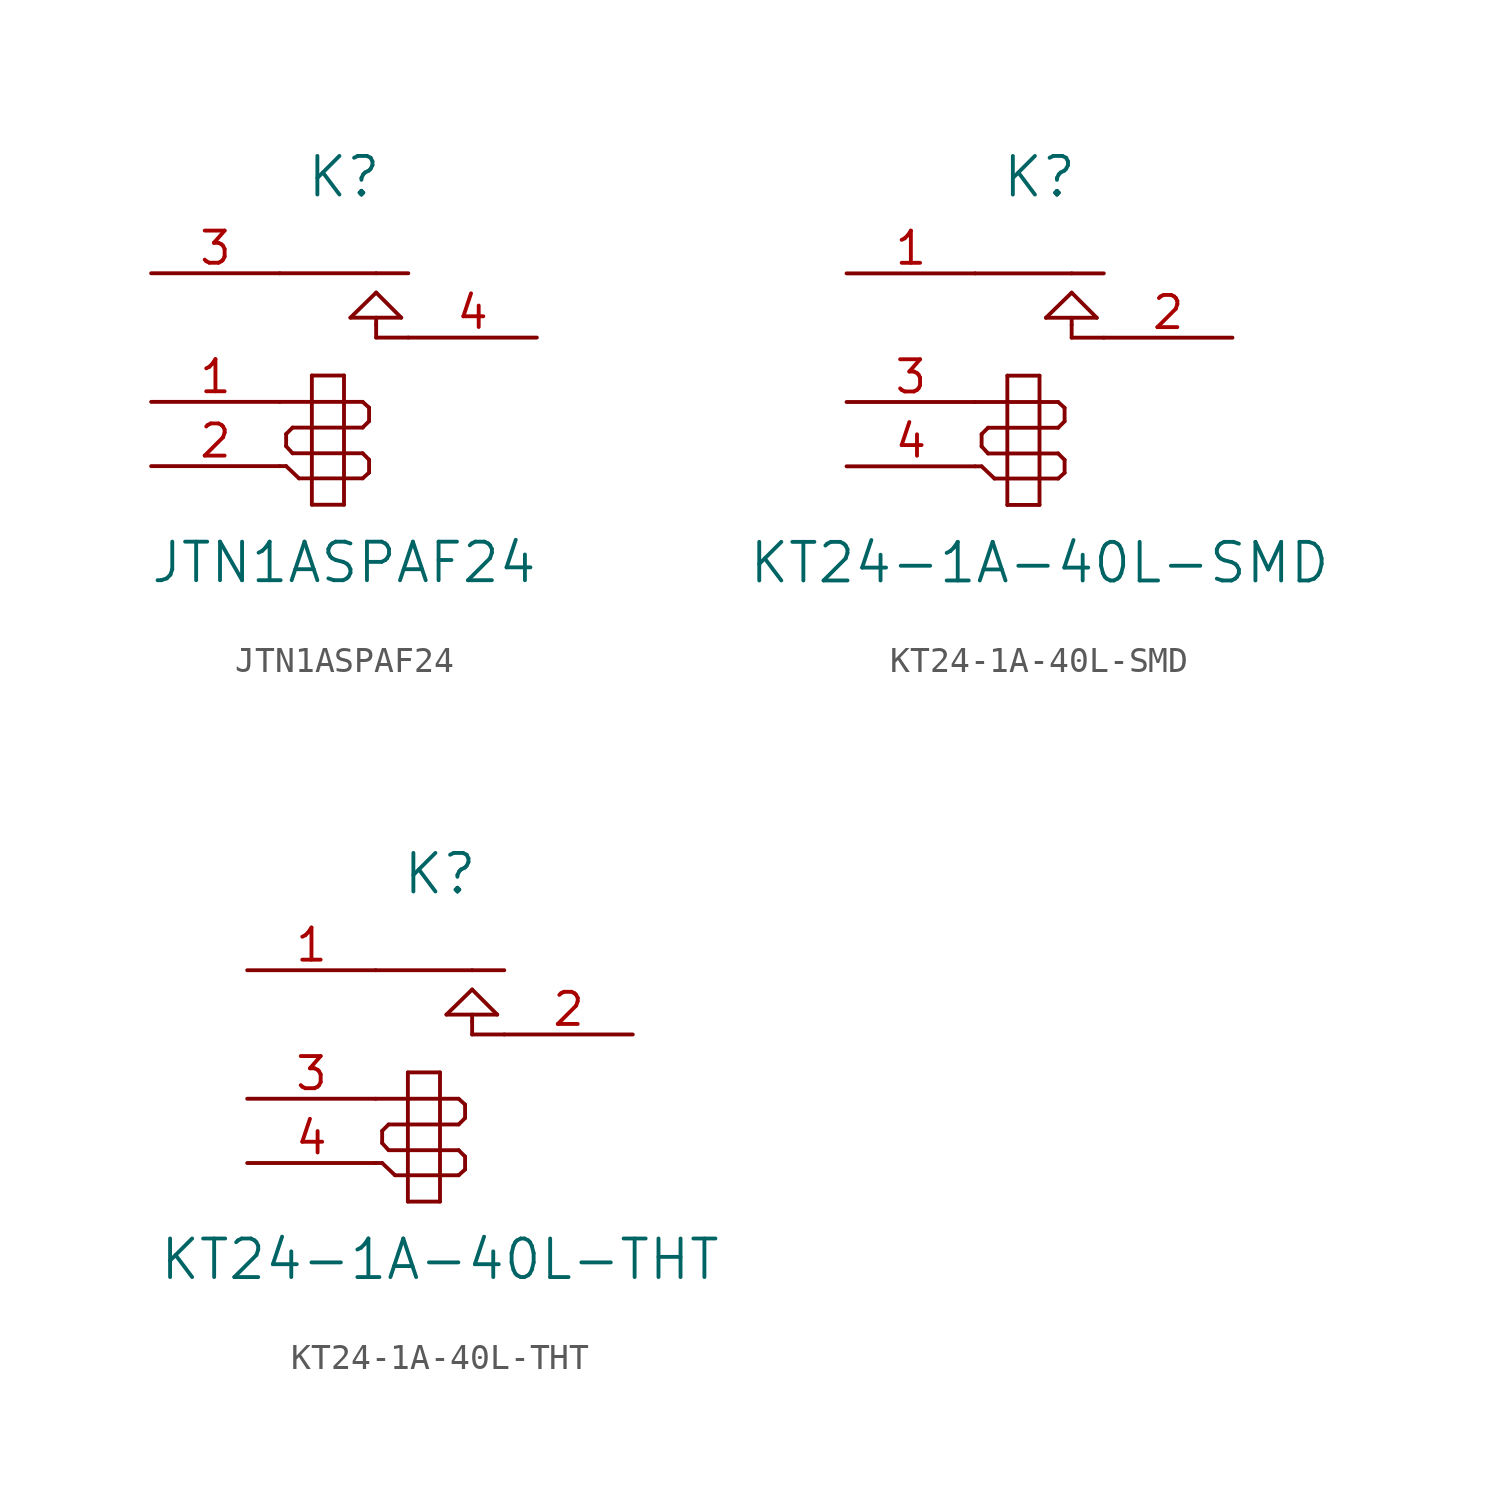
<source format=kicad_sym>
(kicad_symbol_lib
  (version 20201005)
  (generator kicad_symbol_editor)
  (symbol "JTN1ASPAF24"
    (pin_names
      (offset 1.016) hide)
    (property "Reference" "K"
      (at 0 7.62 0)
      (effects (font (size 1.524 1.524))))
    (property "Value" "JTN1ASPAF24"
      (at 0 -7.62 0)
      (effects (font (size 1.524 1.524))))
    (property "Footprint" ""
      (at 0 5.08 0)
      (effects (font (size 1.27 1.27))))
    (symbol "JTN1ASPAF24_0_1"
      (polyline (pts (xy -2.54 -3.81) (xy -2.286 -3.81)) (stroke (width 0)) (fill (type none)))
      (polyline (pts (xy -2.54 -1.27) (xy -1.27 -1.27)) (stroke (width 0)) (fill (type none)))
      (polyline (pts (xy -2.54 3.81) (xy 1.27 3.81)) (stroke (width 0)) (fill (type none)))
      (polyline (pts (xy -2.286 -3.81) (xy -1.778 -4.293)) (stroke (width 0)) (fill (type none)))
      (polyline (pts (xy -2.286 -3.023) (xy -2.286 -2.54)) (stroke (width 0)) (fill (type none)))
      (polyline (pts (xy -2.032 -3.302) (xy -2.286 -3.023)) (stroke (width 0)) (fill (type none)))
      (polyline (pts (xy -2.032 -2.286) (xy -2.286 -2.54)) (stroke (width 0)) (fill (type none)))
      (polyline (pts (xy -1.778 -4.293) (xy -1.27 -4.293)) (stroke (width 0)) (fill (type none)))
      (polyline (pts (xy -1.27 -5.334) (xy -1.27 -0.229)) (stroke (width 0)) (fill (type none)))
      (polyline (pts (xy -1.27 -3.302) (xy -2.032 -3.302)) (stroke (width 0)) (fill (type none)))
      (polyline (pts (xy -1.27 -3.302) (xy 0 -3.302)) (stroke (width 0)) (fill (type none)))
      (polyline (pts (xy -1.27 -2.286) (xy -2.032 -2.286)) (stroke (width 0)) (fill (type none)))
      (polyline (pts (xy -1.27 -1.27) (xy 0 -1.27)) (stroke (width 0)) (fill (type none)))
      (polyline (pts (xy -1.27 -0.229) (xy 0 -0.229)) (stroke (width 0)) (fill (type none)))
      (polyline (pts (xy 0 -5.334) (xy -1.27 -5.334)) (stroke (width 0)) (fill (type none)))
      (polyline (pts (xy 0 -4.293) (xy -1.27 -4.293)) (stroke (width 0)) (fill (type none)))
      (polyline (pts (xy 0 -4.293) (xy 0.737 -4.293)) (stroke (width 0)) (fill (type none)))
      (polyline (pts (xy 0 -3.302) (xy 0.737 -3.302)) (stroke (width 0)) (fill (type none)))
      (polyline (pts (xy 0 -2.286) (xy -1.27 -2.286)) (stroke (width 0)) (fill (type none)))
      (polyline (pts (xy 0 -2.286) (xy 0.737 -2.286)) (stroke (width 0)) (fill (type none)))
      (polyline (pts (xy 0 -1.27) (xy 0.737 -1.27)) (stroke (width 0)) (fill (type none)))
      (polyline (pts (xy 0 -0.229) (xy 0 -5.334)) (stroke (width 0)) (fill (type none)))
      (polyline (pts (xy 0.254 2.057) (xy 2.261 2.057)) (stroke (width 0)) (fill (type none)))
      (polyline (pts (xy 0.737 -4.293) (xy 0.991 -4.064)) (stroke (width 0)) (fill (type none)))
      (polyline (pts (xy 0.737 -3.302) (xy 0.991 -3.556)) (stroke (width 0)) (fill (type none)))
      (polyline (pts (xy 0.737 -2.286) (xy 0.991 -2.032)) (stroke (width 0)) (fill (type none)))
      (polyline (pts (xy 0.737 -1.27) (xy 0.991 -1.499)) (stroke (width 0)) (fill (type none)))
      (polyline (pts (xy 0.991 -4.064) (xy 0.991 -3.556)) (stroke (width 0)) (fill (type none)))
      (polyline (pts (xy 0.991 -1.499) (xy 0.991 -2.032)) (stroke (width 0)) (fill (type none)))
      (polyline (pts (xy 1.27 1.27) (xy 1.27 1.778)) (stroke (width 0)) (fill (type none)))
      (polyline (pts (xy 1.27 1.778) (xy 1.27 2.057)) (stroke (width 0)) (fill (type none)))
      (polyline (pts (xy 1.27 3.048) (xy 0.254 2.057)) (stroke (width 0)) (fill (type none)))
      (polyline (pts (xy 1.27 3.81) (xy 2.54 3.81)) (stroke (width 0)) (fill (type none)))
      (polyline (pts (xy 2.261 2.057) (xy 1.27 3.048)) (stroke (width 0)) (fill (type none)))
      (polyline (pts (xy 2.54 1.27) (xy 1.27 1.27)) (stroke (width 0)) (fill (type none))))
    (symbol "JTN1ASPAF24_1_1"
      (pin input line (at -7.62 -1.27 0) (length 5.08) (name "1" (effects (font (size 1.27 1.27)))) (number "1" (effects (font (size 1.27 1.27)))))
      (pin input line (at -7.62 -3.81 0) (length 5.08) (name "2" (effects (font (size 1.27 1.27)))) (number "2" (effects (font (size 1.27 1.27)))))
      (pin passive line (at -7.62 3.81 0) (length 5.08) (name "COM" (effects (font (size 1.27 1.27)))) (number "3" (effects (font (size 1.27 1.27)))))
      (pin passive line (at 7.62 1.27 180) (length 5.08) (name "NO" (effects (font (size 1.27 1.27)))) (number "4" (effects (font (size 1.27 1.27)))))))
  (symbol "KT24-1A-40L-SMD"
    (pin_names
      (offset 1.016) hide)
    (property "Reference" "K"
      (at 0 7.62 0)
      (effects (font (size 1.524 1.524))))
    (property "Value" "KT24-1A-40L-SMD"
      (at 0 -7.62 0)
      (effects (font (size 1.524 1.524))))
    (symbol "KT24-1A-40L-SMD_0_1"
      (polyline (pts (xy -2.54 -3.81) (xy -2.286 -3.81)) (stroke (width 0)) (fill (type none)))
      (polyline (pts (xy -2.54 -1.27) (xy -1.27 -1.27)) (stroke (width 0)) (fill (type none)))
      (polyline (pts (xy -2.54 3.81) (xy 1.27 3.81)) (stroke (width 0)) (fill (type none)))
      (polyline (pts (xy -2.286 -3.81) (xy -1.778 -4.293)) (stroke (width 0)) (fill (type none)))
      (polyline (pts (xy -2.286 -3.023) (xy -2.286 -2.54)) (stroke (width 0)) (fill (type none)))
      (polyline (pts (xy -2.032 -3.302) (xy -2.286 -3.023)) (stroke (width 0)) (fill (type none)))
      (polyline (pts (xy -2.032 -2.286) (xy -2.286 -2.54)) (stroke (width 0)) (fill (type none)))
      (polyline (pts (xy -1.778 -4.293) (xy -1.27 -4.293)) (stroke (width 0)) (fill (type none)))
      (polyline (pts (xy -1.27 -5.334) (xy -1.27 -0.229)) (stroke (width 0)) (fill (type none)))
      (polyline (pts (xy -1.27 -3.302) (xy -2.032 -3.302)) (stroke (width 0)) (fill (type none)))
      (polyline (pts (xy -1.27 -3.302) (xy 0 -3.302)) (stroke (width 0)) (fill (type none)))
      (polyline (pts (xy -1.27 -2.286) (xy -2.032 -2.286)) (stroke (width 0)) (fill (type none)))
      (polyline (pts (xy -1.27 -1.27) (xy 0 -1.27)) (stroke (width 0)) (fill (type none)))
      (polyline (pts (xy -1.27 -0.229) (xy 0 -0.229)) (stroke (width 0)) (fill (type none)))
      (polyline (pts (xy 0 -5.334) (xy -1.27 -5.334)) (stroke (width 0)) (fill (type none)))
      (polyline (pts (xy 0 -4.293) (xy -1.27 -4.293)) (stroke (width 0)) (fill (type none)))
      (polyline (pts (xy 0 -4.293) (xy 0.737 -4.293)) (stroke (width 0)) (fill (type none)))
      (polyline (pts (xy 0 -3.302) (xy 0.737 -3.302)) (stroke (width 0)) (fill (type none)))
      (polyline (pts (xy 0 -2.286) (xy -1.27 -2.286)) (stroke (width 0)) (fill (type none)))
      (polyline (pts (xy 0 -2.286) (xy 0.737 -2.286)) (stroke (width 0)) (fill (type none)))
      (polyline (pts (xy 0 -1.27) (xy 0.737 -1.27)) (stroke (width 0)) (fill (type none)))
      (polyline (pts (xy 0 -0.229) (xy 0 -5.334)) (stroke (width 0)) (fill (type none)))
      (polyline (pts (xy 0.254 2.057) (xy 2.261 2.057)) (stroke (width 0)) (fill (type none)))
      (polyline (pts (xy 0.737 -4.293) (xy 0.991 -4.064)) (stroke (width 0)) (fill (type none)))
      (polyline (pts (xy 0.737 -3.302) (xy 0.991 -3.556)) (stroke (width 0)) (fill (type none)))
      (polyline (pts (xy 0.737 -2.286) (xy 0.991 -2.032)) (stroke (width 0)) (fill (type none)))
      (polyline (pts (xy 0.737 -1.27) (xy 0.991 -1.499)) (stroke (width 0)) (fill (type none)))
      (polyline (pts (xy 0.991 -4.064) (xy 0.991 -3.556)) (stroke (width 0)) (fill (type none)))
      (polyline (pts (xy 0.991 -1.499) (xy 0.991 -2.032)) (stroke (width 0)) (fill (type none)))
      (polyline (pts (xy 1.27 1.27) (xy 1.27 1.778)) (stroke (width 0)) (fill (type none)))
      (polyline (pts (xy 1.27 1.778) (xy 1.27 2.057)) (stroke (width 0)) (fill (type none)))
      (polyline (pts (xy 1.27 3.048) (xy 0.254 2.057)) (stroke (width 0)) (fill (type none)))
      (polyline (pts (xy 1.27 3.81) (xy 2.54 3.81)) (stroke (width 0)) (fill (type none)))
      (polyline (pts (xy 2.261 2.057) (xy 1.27 3.048)) (stroke (width 0)) (fill (type none)))
      (polyline (pts (xy 2.54 1.27) (xy 1.27 1.27)) (stroke (width 0)) (fill (type none))))
    (symbol "KT24-1A-40L-SMD_1_1"
      (pin passive line (at -7.62 3.81 0) (length 5.08) (name "COM" (effects (font (size 1.27 1.27)))) (number "1" (effects (font (size 1.27 1.27)))))
      (pin passive line (at 7.62 1.27 180) (length 5.08) (name "NO" (effects (font (size 1.27 1.27)))) (number "2" (effects (font (size 1.27 1.27)))))
      (pin input line (at -7.62 -1.27 0) (length 5.08) (name "~" (effects (font (size 1.27 1.27)))) (number "3" (effects (font (size 1.27 1.27)))))
      (pin input line (at -7.62 -3.81 0) (length 5.08) (name "~" (effects (font (size 1.27 1.27)))) (number "4" (effects (font (size 1.27 1.27)))))))
  (symbol "KT24-1A-40L-THT"
    (pin_names
      (offset 1.016) hide)
    (property "Reference" "K"
      (at 0 7.62 0)
      (effects (font (size 1.524 1.524))))
    (property "Value" "KT24-1A-40L-THT"
      (at 0 -7.62 0)
      (effects (font (size 1.524 1.524))))
    (symbol "KT24-1A-40L-THT_0_1"
      (polyline (pts (xy -2.54 -3.81) (xy -2.286 -3.81)) (stroke (width 0)) (fill (type none)))
      (polyline (pts (xy -2.54 -1.27) (xy -1.27 -1.27)) (stroke (width 0)) (fill (type none)))
      (polyline (pts (xy -2.54 3.81) (xy 1.27 3.81)) (stroke (width 0)) (fill (type none)))
      (polyline (pts (xy -2.286 -3.81) (xy -1.778 -4.293)) (stroke (width 0)) (fill (type none)))
      (polyline (pts (xy -2.286 -3.023) (xy -2.286 -2.54)) (stroke (width 0)) (fill (type none)))
      (polyline (pts (xy -2.032 -3.302) (xy -2.286 -3.023)) (stroke (width 0)) (fill (type none)))
      (polyline (pts (xy -2.032 -2.286) (xy -2.286 -2.54)) (stroke (width 0)) (fill (type none)))
      (polyline (pts (xy -1.778 -4.293) (xy -1.27 -4.293)) (stroke (width 0)) (fill (type none)))
      (polyline (pts (xy -1.27 -5.334) (xy -1.27 -0.229)) (stroke (width 0)) (fill (type none)))
      (polyline (pts (xy -1.27 -3.302) (xy -2.032 -3.302)) (stroke (width 0)) (fill (type none)))
      (polyline (pts (xy -1.27 -3.302) (xy 0 -3.302)) (stroke (width 0)) (fill (type none)))
      (polyline (pts (xy -1.27 -2.286) (xy -2.032 -2.286)) (stroke (width 0)) (fill (type none)))
      (polyline (pts (xy -1.27 -1.27) (xy 0 -1.27)) (stroke (width 0)) (fill (type none)))
      (polyline (pts (xy -1.27 -0.229) (xy 0 -0.229)) (stroke (width 0)) (fill (type none)))
      (polyline (pts (xy 0 -5.334) (xy -1.27 -5.334)) (stroke (width 0)) (fill (type none)))
      (polyline (pts (xy 0 -4.293) (xy -1.27 -4.293)) (stroke (width 0)) (fill (type none)))
      (polyline (pts (xy 0 -4.293) (xy 0.737 -4.293)) (stroke (width 0)) (fill (type none)))
      (polyline (pts (xy 0 -3.302) (xy 0.737 -3.302)) (stroke (width 0)) (fill (type none)))
      (polyline (pts (xy 0 -2.286) (xy -1.27 -2.286)) (stroke (width 0)) (fill (type none)))
      (polyline (pts (xy 0 -2.286) (xy 0.737 -2.286)) (stroke (width 0)) (fill (type none)))
      (polyline (pts (xy 0 -1.27) (xy 0.737 -1.27)) (stroke (width 0)) (fill (type none)))
      (polyline (pts (xy 0 -0.229) (xy 0 -5.334)) (stroke (width 0)) (fill (type none)))
      (polyline (pts (xy 0.254 2.057) (xy 2.261 2.057)) (stroke (width 0)) (fill (type none)))
      (polyline (pts (xy 0.737 -4.293) (xy 0.991 -4.064)) (stroke (width 0)) (fill (type none)))
      (polyline (pts (xy 0.737 -3.302) (xy 0.991 -3.556)) (stroke (width 0)) (fill (type none)))
      (polyline (pts (xy 0.737 -2.286) (xy 0.991 -2.032)) (stroke (width 0)) (fill (type none)))
      (polyline (pts (xy 0.737 -1.27) (xy 0.991 -1.499)) (stroke (width 0)) (fill (type none)))
      (polyline (pts (xy 0.991 -4.064) (xy 0.991 -3.556)) (stroke (width 0)) (fill (type none)))
      (polyline (pts (xy 0.991 -1.499) (xy 0.991 -2.032)) (stroke (width 0)) (fill (type none)))
      (polyline (pts (xy 1.27 1.27) (xy 1.27 1.778)) (stroke (width 0)) (fill (type none)))
      (polyline (pts (xy 1.27 1.778) (xy 1.27 2.057)) (stroke (width 0)) (fill (type none)))
      (polyline (pts (xy 1.27 3.048) (xy 0.254 2.057)) (stroke (width 0)) (fill (type none)))
      (polyline (pts (xy 1.27 3.81) (xy 2.54 3.81)) (stroke (width 0)) (fill (type none)))
      (polyline (pts (xy 2.261 2.057) (xy 1.27 3.048)) (stroke (width 0)) (fill (type none)))
      (polyline (pts (xy 2.54 1.27) (xy 1.27 1.27)) (stroke (width 0)) (fill (type none))))
    (symbol "KT24-1A-40L-THT_1_1"
      (pin passive line (at -7.62 3.81 0) (length 5.08) (name "COM" (effects (font (size 1.27 1.27)))) (number "1" (effects (font (size 1.27 1.27)))))
      (pin passive line (at 7.62 1.27 180) (length 5.08) (name "NO" (effects (font (size 1.27 1.27)))) (number "2" (effects (font (size 1.27 1.27)))))
      (pin input line (at -7.62 -1.27 0) (length 5.08) (name "~" (effects (font (size 1.27 1.27)))) (number "3" (effects (font (size 1.27 1.27)))))
      (pin input line (at -7.62 -3.81 0) (length 5.08) (name "~" (effects (font (size 1.27 1.27)))) (number "4" (effects (font (size 1.27 1.27))))))))
</source>
